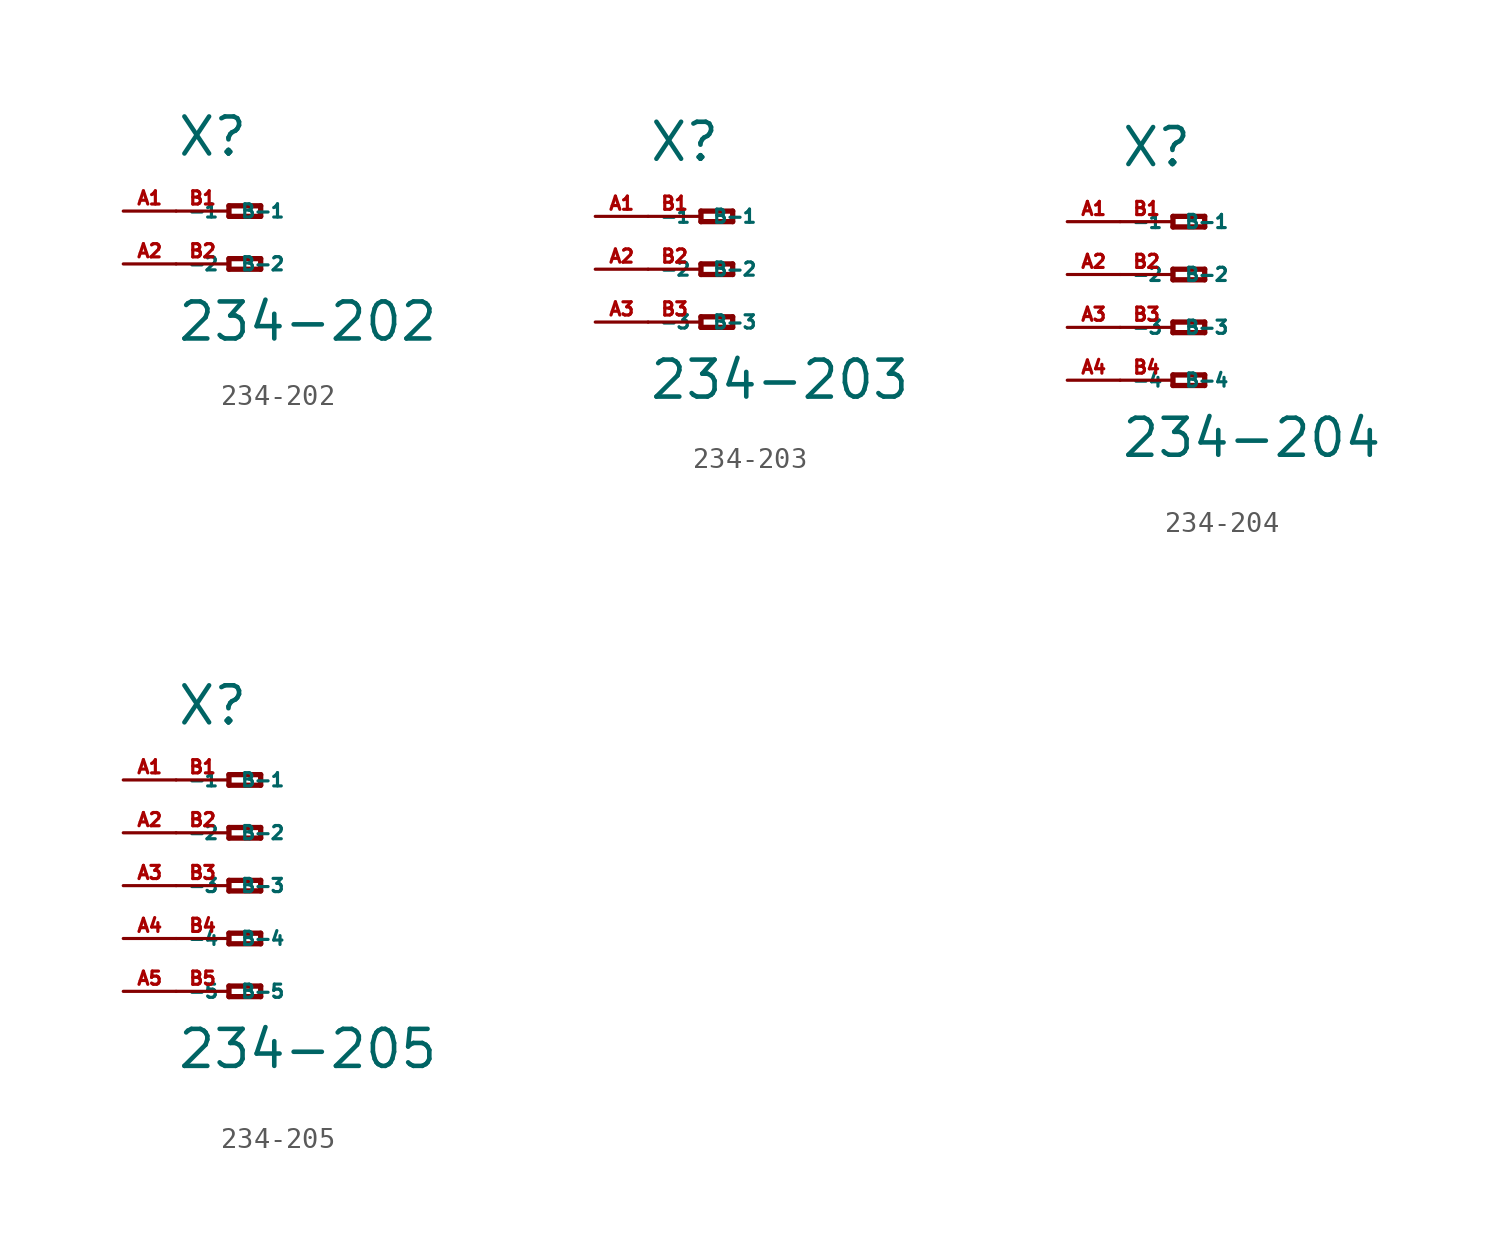
<source format=kicad_sym>
(kicad_symbol_lib
  (version 20220914)
  (generator Eagle2Kicad)
  (symbol "234-202"
    (property "Reference" "X"
      (at -5.08 2.54 0)
      (effects (font (size 1.778 1.778) (thickness 0.22)) (justify left bottom)))
    (property "Value" "234-202"
      (at -5.08 -6.35 0)
      (effects (font (size 1.778 1.778) (thickness 0.22)) (justify left bottom)))
    (polyline
      (pts (xy -2.54 0.254) (xy -2.54 -0.254))
      (stroke (width 0.254) (type default))
      (fill (type none)))
    (polyline
      (pts (xy -2.54 -0.254) (xy -1.016 -0.254))
      (stroke (width 0.254) (type default))
      (fill (type none)))
    (polyline
      (pts (xy -1.016 -0.254) (xy -1.016 0.254))
      (stroke (width 0.254) (type default))
      (fill (type none)))
    (polyline
      (pts (xy -1.016 0.254) (xy -2.54 0.254))
      (stroke (width 0.254) (type default))
      (fill (type none)))
    (polyline
      (pts (xy -2.54 -2.286) (xy -2.54 -2.794))
      (stroke (width 0.254) (type default))
      (fill (type none)))
    (polyline
      (pts (xy -2.54 -2.794) (xy -1.016 -2.794))
      (stroke (width 0.254) (type default))
      (fill (type none)))
    (polyline
      (pts (xy -1.016 -2.794) (xy -1.016 -2.286))
      (stroke (width 0.254) (type default))
      (fill (type none)))
    (polyline
      (pts (xy -1.016 -2.286) (xy -2.54 -2.286))
      (stroke (width 0.254) (type default))
      (fill (type none)))
    (pin passive line
      (at -7.62 0 0)
      (length 2.54)
      (name "-1" (effects (font (size 0.635 0.635) (thickness 0.08)) (justify left bottom)))
      (number "A1" (effects (font (size 0.635 0.635) (thickness 0.08)) (justify left bottom))))
    (pin passive line
      (at -7.62 -2.54 0)
      (length 2.54)
      (name "-2" (effects (font (size 0.635 0.635) (thickness 0.08)) (justify left bottom)))
      (number "A2" (effects (font (size 0.635 0.635) (thickness 0.08)) (justify left bottom))))
    (pin passive line
      (at -5.08 -2.54 0)
      (length 2.54)
      (name "B-2" (effects (font (size 0.635 0.635) (thickness 0.08)) (justify left bottom)))
      (number "B2" (effects (font (size 0.635 0.635) (thickness 0.08)) (justify left bottom))))
    (pin passive line
      (at -5.08 0 0)
      (length 2.54)
      (name "B-1" (effects (font (size 0.635 0.635) (thickness 0.08)) (justify left bottom)))
      (number "B1" (effects (font (size 0.635 0.635) (thickness 0.08)) (justify left bottom)))))
  (symbol "234-203"
    (property "Reference" "X"
      (at -5.08 5.08 0)
      (effects (font (size 1.778 1.778) (thickness 0.22)) (justify left bottom)))
    (property "Value" "234-203"
      (at -5.08 -6.35 0)
      (effects (font (size 1.778 1.778) (thickness 0.22)) (justify left bottom)))
    (polyline
      (pts (xy -2.54 2.794) (xy -2.54 2.286))
      (stroke (width 0.254) (type default))
      (fill (type none)))
    (polyline
      (pts (xy -2.54 2.286) (xy -1.016 2.286))
      (stroke (width 0.254) (type default))
      (fill (type none)))
    (polyline
      (pts (xy -1.016 2.286) (xy -1.016 2.794))
      (stroke (width 0.254) (type default))
      (fill (type none)))
    (polyline
      (pts (xy -1.016 2.794) (xy -2.54 2.794))
      (stroke (width 0.254) (type default))
      (fill (type none)))
    (polyline
      (pts (xy -2.54 0.254) (xy -2.54 -0.254))
      (stroke (width 0.254) (type default))
      (fill (type none)))
    (polyline
      (pts (xy -2.54 -0.254) (xy -1.016 -0.254))
      (stroke (width 0.254) (type default))
      (fill (type none)))
    (polyline
      (pts (xy -1.016 -0.254) (xy -1.016 0.254))
      (stroke (width 0.254) (type default))
      (fill (type none)))
    (polyline
      (pts (xy -1.016 0.254) (xy -2.54 0.254))
      (stroke (width 0.254) (type default))
      (fill (type none)))
    (polyline
      (pts (xy -2.54 -2.286) (xy -2.54 -2.794))
      (stroke (width 0.254) (type default))
      (fill (type none)))
    (polyline
      (pts (xy -2.54 -2.794) (xy -1.016 -2.794))
      (stroke (width 0.254) (type default))
      (fill (type none)))
    (polyline
      (pts (xy -1.016 -2.794) (xy -1.016 -2.286))
      (stroke (width 0.254) (type default))
      (fill (type none)))
    (polyline
      (pts (xy -1.016 -2.286) (xy -2.54 -2.286))
      (stroke (width 0.254) (type default))
      (fill (type none)))
    (pin passive line
      (at -7.62 2.54 0)
      (length 2.54)
      (name "-1" (effects (font (size 0.635 0.635) (thickness 0.08)) (justify left bottom)))
      (number "A1" (effects (font (size 0.635 0.635) (thickness 0.08)) (justify left bottom))))
    (pin passive line
      (at -7.62 0 0)
      (length 2.54)
      (name "-2" (effects (font (size 0.635 0.635) (thickness 0.08)) (justify left bottom)))
      (number "A2" (effects (font (size 0.635 0.635) (thickness 0.08)) (justify left bottom))))
    (pin passive line
      (at -7.62 -2.54 0)
      (length 2.54)
      (name "-3" (effects (font (size 0.635 0.635) (thickness 0.08)) (justify left bottom)))
      (number "A3" (effects (font (size 0.635 0.635) (thickness 0.08)) (justify left bottom))))
    (pin passive line
      (at -5.08 -2.54 0)
      (length 2.54)
      (name "B-3" (effects (font (size 0.635 0.635) (thickness 0.08)) (justify left bottom)))
      (number "B3" (effects (font (size 0.635 0.635) (thickness 0.08)) (justify left bottom))))
    (pin passive line
      (at -5.08 2.54 0)
      (length 2.54)
      (name "B-1" (effects (font (size 0.635 0.635) (thickness 0.08)) (justify left bottom)))
      (number "B1" (effects (font (size 0.635 0.635) (thickness 0.08)) (justify left bottom))))
    (pin passive line
      (at -5.08 0 0)
      (length 2.54)
      (name "B-2" (effects (font (size 0.635 0.635) (thickness 0.08)) (justify left bottom)))
      (number "B2" (effects (font (size 0.635 0.635) (thickness 0.08)) (justify left bottom)))))
  (symbol "234-204"
    (property "Reference" "X"
      (at -5.08 5.08 0)
      (effects (font (size 1.778 1.778) (thickness 0.22)) (justify left bottom)))
    (property "Value" "234-204"
      (at -5.08 -8.89 0)
      (effects (font (size 1.778 1.778) (thickness 0.22)) (justify left bottom)))
    (polyline
      (pts (xy -2.54 2.794) (xy -2.54 2.286))
      (stroke (width 0.254) (type default))
      (fill (type none)))
    (polyline
      (pts (xy -2.54 2.286) (xy -1.016 2.286))
      (stroke (width 0.254) (type default))
      (fill (type none)))
    (polyline
      (pts (xy -1.016 2.286) (xy -1.016 2.794))
      (stroke (width 0.254) (type default))
      (fill (type none)))
    (polyline
      (pts (xy -1.016 2.794) (xy -2.54 2.794))
      (stroke (width 0.254) (type default))
      (fill (type none)))
    (polyline
      (pts (xy -2.54 0.254) (xy -2.54 -0.254))
      (stroke (width 0.254) (type default))
      (fill (type none)))
    (polyline
      (pts (xy -2.54 -0.254) (xy -1.016 -0.254))
      (stroke (width 0.254) (type default))
      (fill (type none)))
    (polyline
      (pts (xy -1.016 -0.254) (xy -1.016 0.254))
      (stroke (width 0.254) (type default))
      (fill (type none)))
    (polyline
      (pts (xy -1.016 0.254) (xy -2.54 0.254))
      (stroke (width 0.254) (type default))
      (fill (type none)))
    (polyline
      (pts (xy -2.54 -2.286) (xy -2.54 -2.794))
      (stroke (width 0.254) (type default))
      (fill (type none)))
    (polyline
      (pts (xy -2.54 -2.794) (xy -1.016 -2.794))
      (stroke (width 0.254) (type default))
      (fill (type none)))
    (polyline
      (pts (xy -1.016 -2.794) (xy -1.016 -2.286))
      (stroke (width 0.254) (type default))
      (fill (type none)))
    (polyline
      (pts (xy -1.016 -2.286) (xy -2.54 -2.286))
      (stroke (width 0.254) (type default))
      (fill (type none)))
    (polyline
      (pts (xy -2.54 -4.826) (xy -2.54 -5.334))
      (stroke (width 0.254) (type default))
      (fill (type none)))
    (polyline
      (pts (xy -2.54 -5.334) (xy -1.016 -5.334))
      (stroke (width 0.254) (type default))
      (fill (type none)))
    (polyline
      (pts (xy -1.016 -5.334) (xy -1.016 -4.826))
      (stroke (width 0.254) (type default))
      (fill (type none)))
    (polyline
      (pts (xy -1.016 -4.826) (xy -2.54 -4.826))
      (stroke (width 0.254) (type default))
      (fill (type none)))
    (pin passive line
      (at -7.62 2.54 0)
      (length 2.54)
      (name "-1" (effects (font (size 0.635 0.635) (thickness 0.08)) (justify left bottom)))
      (number "A1" (effects (font (size 0.635 0.635) (thickness 0.08)) (justify left bottom))))
    (pin passive line
      (at -7.62 0 0)
      (length 2.54)
      (name "-2" (effects (font (size 0.635 0.635) (thickness 0.08)) (justify left bottom)))
      (number "A2" (effects (font (size 0.635 0.635) (thickness 0.08)) (justify left bottom))))
    (pin passive line
      (at -7.62 -2.54 0)
      (length 2.54)
      (name "-3" (effects (font (size 0.635 0.635) (thickness 0.08)) (justify left bottom)))
      (number "A3" (effects (font (size 0.635 0.635) (thickness 0.08)) (justify left bottom))))
    (pin passive line
      (at -7.62 -5.08 0)
      (length 2.54)
      (name "-4" (effects (font (size 0.635 0.635) (thickness 0.08)) (justify left bottom)))
      (number "A4" (effects (font (size 0.635 0.635) (thickness 0.08)) (justify left bottom))))
    (pin passive line
      (at -5.08 -5.08 0)
      (length 2.54)
      (name "B-4" (effects (font (size 0.635 0.635) (thickness 0.08)) (justify left bottom)))
      (number "B4" (effects (font (size 0.635 0.635) (thickness 0.08)) (justify left bottom))))
    (pin passive line
      (at -5.08 2.54 0)
      (length 2.54)
      (name "B-1" (effects (font (size 0.635 0.635) (thickness 0.08)) (justify left bottom)))
      (number "B1" (effects (font (size 0.635 0.635) (thickness 0.08)) (justify left bottom))))
    (pin passive line
      (at -5.08 0 0)
      (length 2.54)
      (name "B-2" (effects (font (size 0.635 0.635) (thickness 0.08)) (justify left bottom)))
      (number "B2" (effects (font (size 0.635 0.635) (thickness 0.08)) (justify left bottom))))
    (pin passive line
      (at -5.08 -2.54 0)
      (length 2.54)
      (name "B-3" (effects (font (size 0.635 0.635) (thickness 0.08)) (justify left bottom)))
      (number "B3" (effects (font (size 0.635 0.635) (thickness 0.08)) (justify left bottom)))))
  (symbol "234-205"
    (property "Reference" "X"
      (at -5.08 7.62 0)
      (effects (font (size 1.778 1.778) (thickness 0.22)) (justify left bottom)))
    (property "Value" "234-205"
      (at -5.08 -8.89 0)
      (effects (font (size 1.778 1.778) (thickness 0.22)) (justify left bottom)))
    (polyline
      (pts (xy -2.54 5.334) (xy -2.54 4.826))
      (stroke (width 0.254) (type default))
      (fill (type none)))
    (polyline
      (pts (xy -2.54 4.826) (xy -1.016 4.826))
      (stroke (width 0.254) (type default))
      (fill (type none)))
    (polyline
      (pts (xy -1.016 4.826) (xy -1.016 5.334))
      (stroke (width 0.254) (type default))
      (fill (type none)))
    (polyline
      (pts (xy -1.016 5.334) (xy -2.54 5.334))
      (stroke (width 0.254) (type default))
      (fill (type none)))
    (polyline
      (pts (xy -2.54 2.794) (xy -2.54 2.286))
      (stroke (width 0.254) (type default))
      (fill (type none)))
    (polyline
      (pts (xy -2.54 2.286) (xy -1.016 2.286))
      (stroke (width 0.254) (type default))
      (fill (type none)))
    (polyline
      (pts (xy -1.016 2.286) (xy -1.016 2.794))
      (stroke (width 0.254) (type default))
      (fill (type none)))
    (polyline
      (pts (xy -1.016 2.794) (xy -2.54 2.794))
      (stroke (width 0.254) (type default))
      (fill (type none)))
    (polyline
      (pts (xy -2.54 0.254) (xy -2.54 -0.254))
      (stroke (width 0.254) (type default))
      (fill (type none)))
    (polyline
      (pts (xy -2.54 -0.254) (xy -1.016 -0.254))
      (stroke (width 0.254) (type default))
      (fill (type none)))
    (polyline
      (pts (xy -1.016 -0.254) (xy -1.016 0.254))
      (stroke (width 0.254) (type default))
      (fill (type none)))
    (polyline
      (pts (xy -1.016 0.254) (xy -2.54 0.254))
      (stroke (width 0.254) (type default))
      (fill (type none)))
    (polyline
      (pts (xy -2.54 -2.286) (xy -2.54 -2.794))
      (stroke (width 0.254) (type default))
      (fill (type none)))
    (polyline
      (pts (xy -2.54 -2.794) (xy -1.016 -2.794))
      (stroke (width 0.254) (type default))
      (fill (type none)))
    (polyline
      (pts (xy -1.016 -2.794) (xy -1.016 -2.286))
      (stroke (width 0.254) (type default))
      (fill (type none)))
    (polyline
      (pts (xy -1.016 -2.286) (xy -2.54 -2.286))
      (stroke (width 0.254) (type default))
      (fill (type none)))
    (polyline
      (pts (xy -2.54 -4.826) (xy -2.54 -5.334))
      (stroke (width 0.254) (type default))
      (fill (type none)))
    (polyline
      (pts (xy -2.54 -5.334) (xy -1.016 -5.334))
      (stroke (width 0.254) (type default))
      (fill (type none)))
    (polyline
      (pts (xy -1.016 -5.334) (xy -1.016 -4.826))
      (stroke (width 0.254) (type default))
      (fill (type none)))
    (polyline
      (pts (xy -1.016 -4.826) (xy -2.54 -4.826))
      (stroke (width 0.254) (type default))
      (fill (type none)))
    (pin passive line
      (at -7.62 5.08 0)
      (length 2.54)
      (name "-1" (effects (font (size 0.635 0.635) (thickness 0.08)) (justify left bottom)))
      (number "A1" (effects (font (size 0.635 0.635) (thickness 0.08)) (justify left bottom))))
    (pin passive line
      (at -7.62 2.54 0)
      (length 2.54)
      (name "-2" (effects (font (size 0.635 0.635) (thickness 0.08)) (justify left bottom)))
      (number "A2" (effects (font (size 0.635 0.635) (thickness 0.08)) (justify left bottom))))
    (pin passive line
      (at -7.62 0 0)
      (length 2.54)
      (name "-3" (effects (font (size 0.635 0.635) (thickness 0.08)) (justify left bottom)))
      (number "A3" (effects (font (size 0.635 0.635) (thickness 0.08)) (justify left bottom))))
    (pin passive line
      (at -7.62 -2.54 0)
      (length 2.54)
      (name "-4" (effects (font (size 0.635 0.635) (thickness 0.08)) (justify left bottom)))
      (number "A4" (effects (font (size 0.635 0.635) (thickness 0.08)) (justify left bottom))))
    (pin passive line
      (at -7.62 -5.08 0)
      (length 2.54)
      (name "-5" (effects (font (size 0.635 0.635) (thickness 0.08)) (justify left bottom)))
      (number "A5" (effects (font (size 0.635 0.635) (thickness 0.08)) (justify left bottom))))
    (pin passive line
      (at -5.08 -5.08 0)
      (length 2.54)
      (name "B-5" (effects (font (size 0.635 0.635) (thickness 0.08)) (justify left bottom)))
      (number "B5" (effects (font (size 0.635 0.635) (thickness 0.08)) (justify left bottom))))
    (pin passive line
      (at -5.08 5.08 0)
      (length 2.54)
      (name "B-1" (effects (font (size 0.635 0.635) (thickness 0.08)) (justify left bottom)))
      (number "B1" (effects (font (size 0.635 0.635) (thickness 0.08)) (justify left bottom))))
    (pin passive line
      (at -5.08 2.54 0)
      (length 2.54)
      (name "B-2" (effects (font (size 0.635 0.635) (thickness 0.08)) (justify left bottom)))
      (number "B2" (effects (font (size 0.635 0.635) (thickness 0.08)) (justify left bottom))))
    (pin passive line
      (at -5.08 0 0)
      (length 2.54)
      (name "B-3" (effects (font (size 0.635 0.635) (thickness 0.08)) (justify left bottom)))
      (number "B3" (effects (font (size 0.635 0.635) (thickness 0.08)) (justify left bottom))))
    (pin passive line
      (at -5.08 -2.54 0)
      (length 2.54)
      (name "B-4" (effects (font (size 0.635 0.635) (thickness 0.08)) (justify left bottom)))
      (number "B4" (effects (font (size 0.635 0.635) (thickness 0.08)) (justify left bottom))))))
</source>
